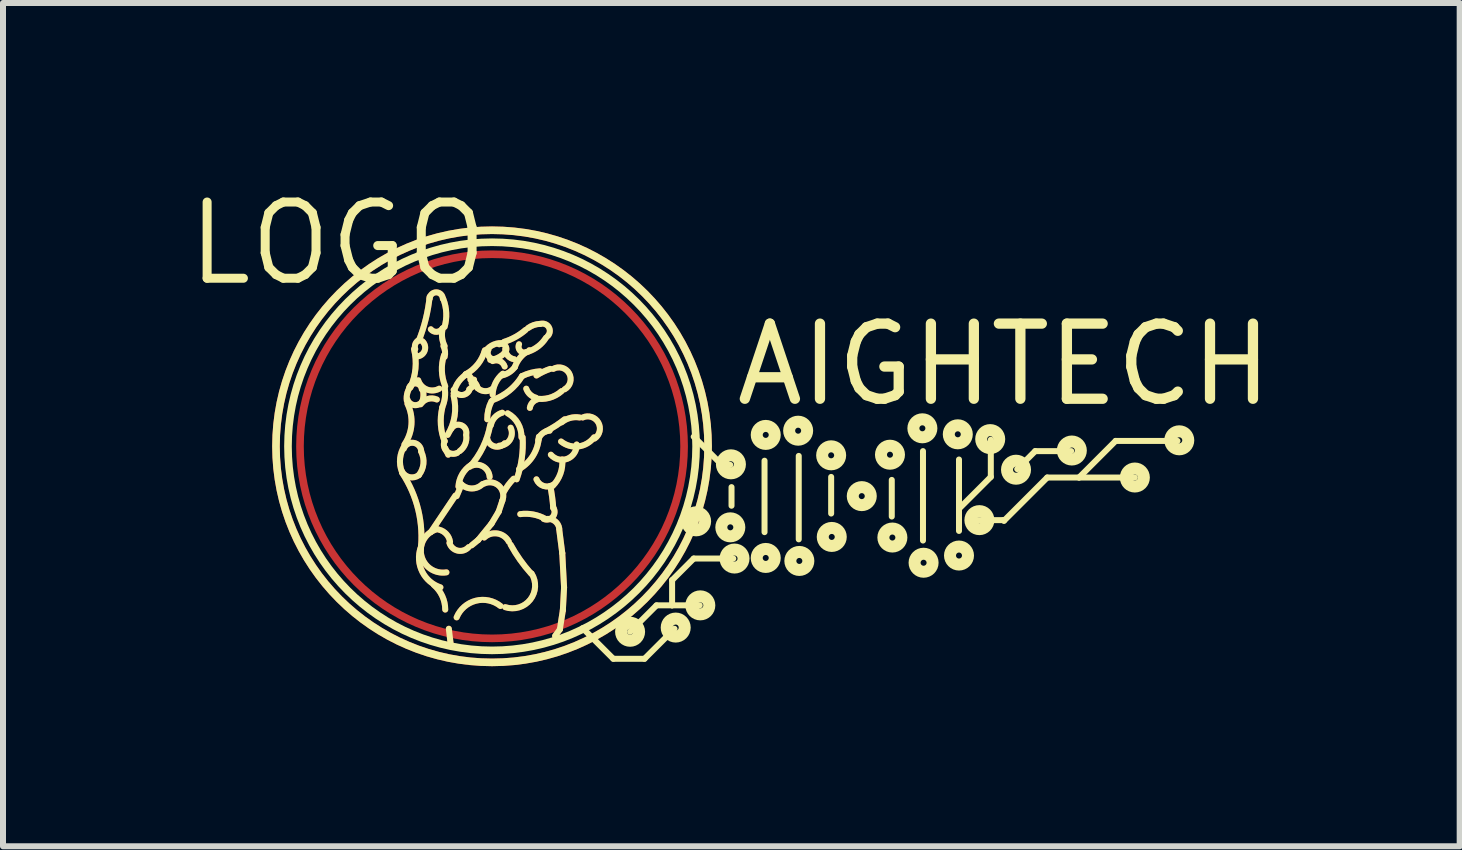
<source format=kicad_pcb>
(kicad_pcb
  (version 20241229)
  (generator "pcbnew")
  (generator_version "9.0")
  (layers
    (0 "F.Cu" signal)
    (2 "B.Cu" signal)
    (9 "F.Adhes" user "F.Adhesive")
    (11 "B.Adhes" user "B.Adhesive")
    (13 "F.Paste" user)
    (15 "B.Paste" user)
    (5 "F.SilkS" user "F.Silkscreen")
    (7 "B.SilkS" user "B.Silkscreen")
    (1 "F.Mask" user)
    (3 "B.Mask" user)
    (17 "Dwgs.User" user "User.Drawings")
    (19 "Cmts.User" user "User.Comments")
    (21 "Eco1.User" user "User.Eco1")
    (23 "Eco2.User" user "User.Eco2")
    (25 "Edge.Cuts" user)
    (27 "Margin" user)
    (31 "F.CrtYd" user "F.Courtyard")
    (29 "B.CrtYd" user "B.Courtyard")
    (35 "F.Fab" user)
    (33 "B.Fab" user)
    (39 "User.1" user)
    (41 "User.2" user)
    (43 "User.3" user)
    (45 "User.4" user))
  (footprint "LOGO"
    (layer "F.Cu")
    (at 2.578 1.006)
    (property "Reference" "LOGO" (at 0 0 0) (layer "F.SilkS") (effects (font (size 1.27 1.27) (thickness 0.15))))
    (fp_line (start 1.79 3.41) (end 1.84 3.52) (stroke (width 0.1) (type solid)) (layer "F.Cu"))
    (fp_line (start 1.85 6.42) (end 1.88 6.67) (stroke (width 0.1) (type solid)) (layer "F.Cu"))
    (fp_line (start 1.96 4.2) (end 1.55 4.81) (stroke (width 0.1) (type solid)) (layer "F.Cu"))
    (fp_line (start 1.98 4.21) (end 2.06 4.02) (stroke (width 0.1) (type solid)) (layer "F.Cu"))
    (fp_line (start 2.19 2.43) (end 2.28 2.36) (stroke (width 0.1) (type solid)) (layer "F.Cu"))
    (fp_line (start 2.34 4.94) (end 2.23 5.03) (stroke (width 0.1) (type solid)) (layer "F.Cu"))
    (fp_line (start 2.56 4.67) (end 2.34 4.94) (stroke (width 0.1) (type solid)) (layer "F.Cu"))
    (fp_line (start 2.68 4.47) (end 2.56 4.67) (stroke (width 0.1) (type solid)) (layer "F.Cu"))
    (fp_line (start 2.74 4.29) (end 2.68 4.47) (stroke (width 0.1) (type solid)) (layer "F.Cu"))
    (fp_line (start 3.69 4.77) (end 3.74 5.16) (stroke (width 0.1) (type solid)) (layer "F.Cu"))
    (fp_line (start 3.7 6.43) (end 3.62 6.54) (stroke (width 0.1) (type solid)) (layer "F.Cu"))
    (fp_line (start 3.74 5.16) (end 3.77 5.73) (stroke (width 0.1) (type solid)) (layer "F.Cu"))
    (fp_line (start 3.75 6.11) (end 3.7 6.43) (stroke (width 0.1) (type solid)) (layer "F.Cu"))
    (fp_line (start 3.77 5.73) (end 3.75 6.11) (stroke (width 0.1) (type solid)) (layer "F.Cu"))
    (fp_arc (start 1.07 3.81) (mid 1.038448 3.578717) (end 1.119999 3.36) (stroke (width 0.1) (type solid)) (layer "F.Cu"))
    (fp_arc (start 1.07 3.82) (mid 1.341482 4.442223) (end 1.379999 5.119999) (stroke (width 0.1) (type solid)) (layer "F.Cu"))
    (fp_arc (start 1.1 3.42) (mid 1.261271 3.322023) (end 1.389998 3.459999) (stroke (width 0.1) (type solid)) (layer "F.Cu"))
    (fp_arc (start 1.15 2.62) (mid 1.161684 2.481288) (end 1.229999 2.36) (stroke (width 0.1) (type solid)) (layer "F.Cu"))
    (fp_arc (start 1.16 2.67) (mid 1.227334 3.01679) (end 1.109999 3.35) (stroke (width 0.1) (type solid)) (layer "F.Cu"))
    (fp_arc (start 1.19 2.4) (mid 1.306825 2.332222) (end 1.399999 2.43) (stroke (width 0.1) (type solid)) (layer "F.Cu"))
    (fp_arc (start 1.27 1.76) (mid 1.294319 2.085092) (end 1.21 2.4) (stroke (width 0.1) (type solid)) (layer "F.Cu"))
    (fp_arc (start 1.29 1.76) (mid 1.292767 1.674107) (end 1.35 1.61) (stroke (width 0.1) (type solid)) (layer "F.Cu"))
    (fp_arc (start 1.35 3.86) (mid 1.19619 3.894441) (end 1.069999 3.799999) (stroke (width 0.1) (type solid)) (layer "F.Cu"))
    (fp_arc (start 1.38 2.68) (mid 1.500334 2.590505) (end 1.649999 2.6) (stroke (width 0.1) (type solid)) (layer "F.Cu"))
    (fp_arc (start 1.39 3.47) (mid 1.426944 3.67084) (end 1.35 3.86) (stroke (width 0.1) (type solid)) (layer "F.Cu"))
    (fp_arc (start 1.41 1.63) (mid 1.450633 1.776177) (end 1.339999 1.879999) (stroke (width 0.1) (type solid)) (layer "F.Cu"))
    (fp_arc (start 1.41 2.42) (mid 1.426976 2.535955) (end 1.4 2.65) (stroke (width 0.1) (type solid)) (layer "F.Cu"))
    (fp_arc (start 1.41 2.63) (mid 1.275544 2.693794) (end 1.159999 2.599999) (stroke (width 0.1) (type solid)) (layer "F.Cu"))
    (fp_arc (start 1.53 0.89) (mid 1.465249 1.261226) (end 1.35 1.62) (stroke (width 0.1) (type solid)) (layer "F.Cu"))
    (fp_arc (start 1.53 0.92) (mid 1.639999 0.814885) (end 1.75 0.919998) (stroke (width 0.1) (type solid)) (layer "F.Cu"))
    (fp_arc (start 1.6 5.69) (mid 1.740163 5.874071) (end 1.789999 6.1) (stroke (width 0.1) (type solid)) (layer "F.Cu"))
    (fp_arc (start 1.69 2.42) (mid 1.481945 2.432636) (end 1.339998 2.28) (stroke (width 0.1) (type solid)) (layer "F.Cu"))
    (fp_arc (start 1.69 4.77) (mid 1.809815 4.843166) (end 1.869999 4.97) (stroke (width 0.1) (type solid)) (layer "F.Cu"))
    (fp_arc (start 1.71 5.73) (mid 1.40713 5.468934) (end 1.379999 5.069999) (stroke (width 0.1) (type solid)) (layer "F.Cu"))
    (fp_arc (start 1.74 1.42) (mid 1.647524 1.472973) (end 1.549999 1.43) (stroke (width 0.1) (type solid)) (layer "F.Cu"))
    (fp_arc (start 1.76 0.93) (mid 1.807079 1.158388) (end 1.78 1.39) (stroke (width 0.1) (type solid)) (layer "F.Cu"))
    (fp_arc (start 1.76 1.71) (mid 1.786652 1.79815) (end 1.78 1.89) (stroke (width 0.1) (type solid)) (layer "F.Cu"))
    (fp_arc (start 1.78 1.71) (mid 1.737481 1.562752) (end 1.749999 1.41) (stroke (width 0.1) (type solid)) (layer "F.Cu"))
    (fp_arc (start 1.78 2.4) (mid 1.784435 2.567962) (end 1.74 2.73) (stroke (width 0.1) (type solid)) (layer "F.Cu"))
    (fp_arc (start 1.78 3.3) (mid 1.717437 3.02304) (end 1.739999 2.74) (stroke (width 0.1) (type solid)) (layer "F.Cu"))
    (fp_arc (start 1.79 2.38) (mid 1.734181 2.121762) (end 1.77 1.86) (stroke (width 0.1) (type solid)) (layer "F.Cu"))
    (fp_arc (start 1.81 5.48) (mid 1.390045 5.191865) (end 1.659998 4.759998) (stroke (width 0.1) (type solid)) (layer "F.Cu"))
    (fp_arc (start 1.89 3.09) (mid 2.053583 3.027822) (end 2.139998 3.179999) (stroke (width 0.1) (type solid)) (layer "F.Cu"))
    (fp_arc (start 1.93 2.5) (mid 2.01521 2.300743) (end 2.18 2.160001) (stroke (width 0.1) (type solid)) (layer "F.Cu"))
    (fp_arc (start 1.93 2.54) (mid 1.946146 2.875176) (end 1.829999 3.19) (stroke (width 0.1) (type solid)) (layer "F.Cu"))
    (fp_arc (start 1.98 6.23) (mid 2.297717 5.953336) (end 2.709999 6.04) (stroke (width 0.1) (type solid)) (layer "F.Cu"))
    (fp_arc (start 1.99 3.49) (mid 1.815132 3.463361) (end 1.779998 3.289999) (stroke (width 0.1) (type solid)) (layer "F.Cu"))
    (fp_arc (start 2.01 4.05) (mid 2.072508 3.845213) (end 2.22 3.69) (stroke (width 0.1) (type solid)) (layer "F.Cu"))
    (fp_arc (start 2.13 2.18) (mid 2.212834 2.233111) (end 2.229999 2.33) (stroke (width 0.1) (type solid)) (layer "F.Cu"))
    (fp_arc (start 2.14 3.2) (mid 2.121033 3.345245) (end 2.029999 3.460001) (stroke (width 0.1) (type solid)) (layer "F.Cu"))
    (fp_arc (start 2.18 5.06) (mid 1.999537 5.118543) (end 1.859998 4.99) (stroke (width 0.1) (type solid)) (layer "F.Cu"))
    (fp_arc (start 2.19 2.45) (mid 2.056911 2.525281) (end 1.929999 2.439999) (stroke (width 0.1) (type solid)) (layer "F.Cu"))
    (fp_arc (start 2.21 2.27) (mid 2.288441 2.324193) (end 2.329999 2.41) (stroke (width 0.1) (type solid)) (layer "F.Cu"))
    (fp_arc (start 2.24 3.7) (mid 2.432418 3.722624) (end 2.529998 3.89) (stroke (width 0.1) (type solid)) (layer "F.Cu"))
    (fp_arc (start 2.41 4.01) (mid 2.213153 4.081718) (end 2.029999 3.979999) (stroke (width 0.1) (type solid)) (layer "F.Cu"))
    (fp_arc (start 2.44 1.83) (mid 2.560782 1.703688) (end 2.729999 1.66) (stroke (width 0.1) (type solid)) (layer "F.Cu"))
    (fp_arc (start 2.44 4) (mid 2.689082 4.042501) (end 2.739998 4.29) (stroke (width 0.1) (type solid)) (layer "F.Cu"))
    (fp_arc (start 2.44 4.9) (mid 2.66243 4.832903) (end 2.849999 4.969999) (stroke (width 0.1) (type solid)) (layer "F.Cu"))
    (fp_arc (start 2.45 1.78) (mid 2.331768 2.013415) (end 2.129999 2.18) (stroke (width 0.1) (type solid)) (layer "F.Cu"))
    (fp_arc (start 2.49 2.93) (mid 2.506845 2.775764) (end 2.56 2.63) (stroke (width 0.1) (type solid)) (layer "F.Cu"))
    (fp_arc (start 2.54 3.02) (mid 2.418482 3.393549) (end 2.2 3.72) (stroke (width 0.1) (type solid)) (layer "F.Cu"))
    (fp_arc (start 2.55 3.03) (mid 2.61568 2.898473) (end 2.739999 2.82) (stroke (width 0.1) (type solid)) (layer "F.Cu"))
    (fp_arc (start 2.58 1.96) (mid 2.700068 1.960402) (end 2.779998 2.05) (stroke (width 0.1) (type solid)) (layer "F.Cu"))
    (fp_arc (start 2.58 2.42) (mid 2.377833 2.442477) (end 2.269998 2.27) (stroke (width 0.1) (type solid)) (layer "F.Cu"))
    (fp_arc (start 2.58 2.52) (mid 2.6272 2.32664) (end 2.749999 2.17) (stroke (width 0.1) (type solid)) (layer "F.Cu"))
    (fp_arc (start 2.6 1.93) (mid 2.511039 1.874728) (end 2.509998 1.769999) (stroke (width 0.1) (type solid)) (layer "F.Cu"))
    (fp_arc (start 2.69 1.68) (mid 2.799264 1.718059) (end 2.769999 1.83) (stroke (width 0.1) (type solid)) (layer "F.Cu"))
    (fp_arc (start 2.74 1.86) (mid 2.645878 1.914696) (end 2.54 1.94) (stroke (width 0.1) (type solid)) (layer "F.Cu"))
    (fp_arc (start 2.76 4.15) (mid 2.836875 4.028995) (end 2.93 3.92) (stroke (width 0.1) (type solid)) (layer "F.Cu"))
    (fp_arc (start 2.78 3.33) (mid 2.60992 3.380912) (end 2.489999 3.25) (stroke (width 0.1) (type solid)) (layer "F.Cu"))
    (fp_arc (start 2.83 2.83) (mid 3.001407 2.997566) (end 3.059999 3.23) (stroke (width 0.1) (type solid)) (layer "F.Cu"))
    (fp_arc (start 2.88 3.07) (mid 2.867588 3.272306) (end 2.69 3.37) (stroke (width 0.1) (type solid)) (layer "F.Cu"))
    (fp_arc (start 2.94 1.93) (mid 2.834615 1.87181) (end 2.789999 1.76) (stroke (width 0.1) (type solid)) (layer "F.Cu"))
    (fp_arc (start 2.95 2.06) (mid 2.852676 2.149919) (end 2.73 2.2) (stroke (width 0.1) (type solid)) (layer "F.Cu"))
    (fp_arc (start 2.95 2.06) (mid 3.024964 1.919773) (end 3.139999 1.81) (stroke (width 0.1) (type solid)) (layer "F.Cu"))
    (fp_arc (start 3.04 4.51) (mid 3.256491 4.515922) (end 3.459999 4.59) (stroke (width 0.1) (type solid)) (layer "F.Cu"))
    (fp_arc (start 3.07 2.21) (mid 2.859182 2.451873) (end 2.58 2.61) (stroke (width 0.1) (type solid)) (layer "F.Cu"))
    (fp_arc (start 3.07 2.21) (mid 3.216129 2.155483) (end 3.37 2.13) (stroke (width 0.1) (type solid)) (layer "F.Cu"))
    (fp_arc (start 3.08 3.23) (mid 3.065167 3.585024) (end 2.98 3.93) (stroke (width 0.1) (type solid)) (layer "F.Cu"))
    (fp_arc (start 3.13 1.44) (mid 2.960209 1.558375) (end 2.77 1.64) (stroke (width 0.1) (type solid)) (layer "F.Cu"))
    (fp_arc (start 3.17 1.41) (mid 3.264743 1.359981) (end 3.37 1.34) (stroke (width 0.1) (type solid)) (layer "F.Cu"))
    (fp_arc (start 3.19 1.78) (mid 3.060336 1.805928) (end 3.019998 1.68) (stroke (width 0.1) (type solid)) (layer "F.Cu"))
    (fp_arc (start 3.2 2.74) (mid 3.240114 2.652955) (end 3.32 2.6) (stroke (width 0.1) (type solid)) (layer "F.Cu"))
    (fp_arc (start 3.22 5.5) (mid 3.03599 5.269924) (end 2.88 5.02) (stroke (width 0.1) (type solid)) (layer "F.Cu"))
    (fp_arc (start 3.23 5.5) (mid 3.20686 5.934676) (end 2.789999 6.059999) (stroke (width 0.1) (type solid)) (layer "F.Cu"))
    (fp_arc (start 3.3 2.57) (mid 3.201491 2.514744) (end 3.14 2.420001) (stroke (width 0.1) (type solid)) (layer "F.Cu"))
    (fp_arc (start 3.31 2.2) (mid 3.421677 2.138052) (end 3.54 2.09) (stroke (width 0.1) (type solid)) (layer "F.Cu"))
    (fp_arc (start 3.34 3.28) (mid 3.407521 3.167369) (end 3.53 3.12) (stroke (width 0.1) (type solid)) (layer "F.Cu"))
    (fp_arc (start 3.35 3.22) (mid 3.254886 3.532709) (end 3.019999 3.76) (stroke (width 0.1) (type solid)) (layer "F.Cu"))
    (fp_arc (start 3.38 1.34) (mid 3.515343 1.394793) (end 3.499999 1.539999) (stroke (width 0.1) (type solid)) (layer "F.Cu"))
    (fp_arc (start 3.47 1.57) (mid 3.344601 1.709715) (end 3.179999 1.8) (stroke (width 0.1) (type solid)) (layer "F.Cu"))
    (fp_arc (start 3.49 4.59) (mid 3.621892 4.630135) (end 3.689999 4.75) (stroke (width 0.1) (type solid)) (layer "F.Cu"))
    (fp_arc (start 3.54 4.04) (mid 3.571179 4.224165) (end 3.59 4.41) (stroke (width 0.1) (type solid)) (layer "F.Cu"))
    (fp_arc (start 3.59 2.09) (mid 3.855 2.165) (end 3.78 2.43) (stroke (width 0.1) (type solid)) (layer "F.Cu"))
    (fp_arc (start 3.59 4.02) (mid 3.428835 4.040845) (end 3.31 3.93) (stroke (width 0.1) (type solid)) (layer "F.Cu"))
    (fp_arc (start 3.59 4.4) (mid 3.581791 4.555456) (end 3.429999 4.59) (stroke (width 0.1) (type solid)) (layer "F.Cu"))
    (fp_arc (start 3.73 2.46) (mid 3.519331 2.573744) (end 3.279999 2.58) (stroke (width 0.1) (type solid)) (layer "F.Cu"))
    (fp_arc (start 3.73 2.98) (mid 3.871318 2.907443) (end 4.029999 2.9) (stroke (width 0.1) (type solid)) (layer "F.Cu"))
    (fp_arc (start 3.74 3.6) (mid 3.708405 3.837602) (end 3.579999 4.04) (stroke (width 0.1) (type solid)) (layer "F.Cu"))
    (fp_arc (start 3.78 2.93) (mid 3.630206 3.038069) (end 3.47 3.13) (stroke (width 0.1) (type solid)) (layer "F.Cu"))
    (fp_arc (start 3.98 3.35) (mid 3.82534 3.587626) (end 3.549999 3.519999) (stroke (width 0.1) (type solid)) (layer "F.Cu"))
    (fp_arc (start 4.08 2.9) (mid 4.340079 2.983526) (end 4.28 3.249999) (stroke (width 0.1) (type solid)) (layer "F.Cu"))
    (fp_arc (start 4.27 3.23) (mid 4.009872 3.381853) (end 3.719999 3.299999) (stroke (width 0.1) (type solid)) (layer "F.Cu"))
    (fp_circle (center 2.57 3.38) (end 5.77 3.38) (stroke (width 0.127) (type solid)) (fill no) (layer "F.Cu"))
    (fp_circle (center 2.57 3.38) (end 6.17 3.38) (stroke (width 0.127) (type solid)) (fill no) (layer "F.Cu"))
    (fp_line (start 1.79 3.41) (end 1.84 3.52) (stroke (width 0.1) (type solid)) (layer "F.SilkS"))
    (fp_line (start 1.85 6.42) (end 1.88 6.67) (stroke (width 0.1) (type solid)) (layer "F.SilkS"))
    (fp_line (start 1.96 4.2) (end 1.55 4.81) (stroke (width 0.1) (type solid)) (layer "F.SilkS"))
    (fp_line (start 1.98 4.21) (end 2.06 4.02) (stroke (width 0.1) (type solid)) (layer "F.SilkS"))
    (fp_line (start 2.19 2.43) (end 2.28 2.36) (stroke (width 0.1) (type solid)) (layer "F.SilkS"))
    (fp_line (start 2.34 4.94) (end 2.23 5.03) (stroke (width 0.1) (type solid)) (layer "F.SilkS"))
    (fp_line (start 2.56 4.67) (end 2.34 4.94) (stroke (width 0.1) (type solid)) (layer "F.SilkS"))
    (fp_line (start 2.68 4.47) (end 2.56 4.67) (stroke (width 0.1) (type solid)) (layer "F.SilkS"))
    (fp_line (start 2.74 4.29) (end 2.68 4.47) (stroke (width 0.1) (type solid)) (layer "F.SilkS"))
    (fp_line (start 3.69 4.77) (end 3.74 5.16) (stroke (width 0.1) (type solid)) (layer "F.SilkS"))
    (fp_line (start 3.7 6.43) (end 3.62 6.54) (stroke (width 0.1) (type solid)) (layer "F.SilkS"))
    (fp_line (start 3.74 5.16) (end 3.77 5.73) (stroke (width 0.1) (type solid)) (layer "F.SilkS"))
    (fp_line (start 3.75 6.11) (end 3.7 6.43) (stroke (width 0.1) (type solid)) (layer "F.SilkS"))
    (fp_line (start 3.77 5.73) (end 3.75 6.11) (stroke (width 0.1) (type solid)) (layer "F.SilkS"))
    (fp_line (start 4.08 6.41) (end 4.59 6.92) (stroke (width 0.1) (type solid)) (layer "F.SilkS"))
    (fp_line (start 4.59 6.92) (end 5.11 6.92) (stroke (width 0.1) (type solid)) (layer "F.SilkS"))
    (fp_line (start 4.87 6.47) (end 5.31 6.03) (stroke (width 0.1) (type solid)) (layer "F.SilkS"))
    (fp_line (start 5.11 6.92) (end 5.61 6.42) (stroke (width 0.1) (type solid)) (layer "F.SilkS"))
    (fp_line (start 5.31 6.03) (end 5.57 6.03) (stroke (width 0.1) (type solid)) (layer "F.SilkS"))
    (fp_line (start 5.57 5.61) (end 5.93 5.25) (stroke (width 0.1) (type solid)) (layer "F.SilkS"))
    (fp_line (start 5.57 6.03) (end 5.57 5.61) (stroke (width 0.1) (type solid)) (layer "F.SilkS"))
    (fp_line (start 5.57 6.03) (end 6.03 6.03) (stroke (width 0.1) (type solid)) (layer "F.SilkS"))
    (fp_line (start 5.93 5.25) (end 6.59 5.25) (stroke (width 0.1) (type solid)) (layer "F.SilkS"))
    (fp_line (start 5.96 4.64) (end 5.72 4.64) (stroke (width 0.1) (type solid)) (layer "F.SilkS"))
    (fp_line (start 6.4 3.69) (end 5.93 3.22) (stroke (width 0.1) (type solid)) (layer "F.SilkS"))
    (fp_line (start 6.54 3.69) (end 6.4 3.69) (stroke (width 0.1) (type solid)) (layer "F.SilkS"))
    (fp_line (start 6.56 4.06) (end 6.56 4.37) (stroke (width 0.1) (type solid)) (layer "F.SilkS"))
    (fp_line (start 7.11 3.62) (end 7.11 4.81) (stroke (width 0.1) (type solid)) (layer "F.SilkS"))
    (fp_line (start 7.68 3.54) (end 7.68 4.93) (stroke (width 0.1) (type solid)) (layer "F.SilkS"))
    (fp_line (start 8.22 3.89) (end 8.22 4.5) (stroke (width 0.1) (type solid)) (layer "F.SilkS"))
    (fp_line (start 9.23 3.94) (end 9.23 4.55) (stroke (width 0.1) (type solid)) (layer "F.SilkS"))
    (fp_line (start 9.75 3.46) (end 9.75 4.95) (stroke (width 0.1) (type solid)) (layer "F.SilkS"))
    (fp_line (start 10.35 3.6) (end 10.35 4.42) (stroke (width 0.1) (type solid)) (layer "F.SilkS"))
    (fp_line (start 10.35 4.42) (end 10.35 4.79) (stroke (width 0.1) (type solid)) (layer "F.SilkS"))
    (fp_line (start 10.35 4.42) (end 10.88 3.89) (stroke (width 0.1) (type solid)) (layer "F.SilkS"))
    (fp_line (start 10.66 4.61) (end 11.09 4.61) (stroke (width 0.1) (type solid)) (layer "F.SilkS"))
    (fp_line (start 10.88 3.89) (end 10.88 3.27) (stroke (width 0.1) (type solid)) (layer "F.SilkS"))
    (fp_line (start 11.09 4.61) (end 11.1 4.62) (stroke (width 0.1) (type solid)) (layer "F.SilkS"))
    (fp_line (start 11.1 4.62) (end 11.82 3.9) (stroke (width 0.1) (type solid)) (layer "F.SilkS"))
    (fp_line (start 11.32 3.76) (end 11.62 3.46) (stroke (width 0.1) (type solid)) (layer "F.SilkS"))
    (fp_line (start 11.62 3.46) (end 12.22 3.46) (stroke (width 0.1) (type solid)) (layer "F.SilkS"))
    (fp_line (start 11.82 3.9) (end 12.35 3.9) (stroke (width 0.1) (type solid)) (layer "F.SilkS"))
    (fp_line (start 12.35 3.9) (end 12.96 3.29) (stroke (width 0.1) (type solid)) (layer "F.SilkS"))
    (fp_line (start 12.35 3.9) (end 13.28 3.9) (stroke (width 0.1) (type solid)) (layer "F.SilkS"))
    (fp_line (start 12.96 3.29) (end 13.99 3.29) (stroke (width 0.1) (type solid)) (layer "F.SilkS"))
    (fp_arc (start 1.07 3.81) (mid 1.038448 3.578717) (end 1.119999 3.36) (stroke (width 0.1) (type solid)) (layer "F.SilkS"))
    (fp_arc (start 1.07 3.82) (mid 1.341482 4.442223) (end 1.379999 5.119999) (stroke (width 0.1) (type solid)) (layer "F.SilkS"))
    (fp_arc (start 1.1 3.42) (mid 1.261271 3.322023) (end 1.389998 3.459999) (stroke (width 0.1) (type solid)) (layer "F.SilkS"))
    (fp_arc (start 1.15 2.62) (mid 1.161684 2.481288) (end 1.229999 2.36) (stroke (width 0.1) (type solid)) (layer "F.SilkS"))
    (fp_arc (start 1.16 2.67) (mid 1.227334 3.01679) (end 1.109999 3.35) (stroke (width 0.1) (type solid)) (layer "F.SilkS"))
    (fp_arc (start 1.19 2.4) (mid 1.306825 2.332222) (end 1.399999 2.43) (stroke (width 0.1) (type solid)) (layer "F.SilkS"))
    (fp_arc (start 1.27 1.76) (mid 1.294319 2.085092) (end 1.21 2.4) (stroke (width 0.1) (type solid)) (layer "F.SilkS"))
    (fp_arc (start 1.29 1.76) (mid 1.292767 1.674107) (end 1.35 1.61) (stroke (width 0.1) (type solid)) (layer "F.SilkS"))
    (fp_arc (start 1.35 3.86) (mid 1.19619 3.894441) (end 1.069999 3.799999) (stroke (width 0.1) (type solid)) (layer "F.SilkS"))
    (fp_arc (start 1.38 2.68) (mid 1.500334 2.590505) (end 1.649999 2.6) (stroke (width 0.1) (type solid)) (layer "F.SilkS"))
    (fp_arc (start 1.39 3.47) (mid 1.426944 3.67084) (end 1.35 3.86) (stroke (width 0.1) (type solid)) (layer "F.SilkS"))
    (fp_arc (start 1.41 1.63) (mid 1.450633 1.776177) (end 1.339999 1.879999) (stroke (width 0.1) (type solid)) (layer "F.SilkS"))
    (fp_arc (start 1.41 2.42) (mid 1.426976 2.535955) (end 1.4 2.65) (stroke (width 0.1) (type solid)) (layer "F.SilkS"))
    (fp_arc (start 1.41 2.63) (mid 1.275544 2.693794) (end 1.159999 2.599999) (stroke (width 0.1) (type solid)) (layer "F.SilkS"))
    (fp_arc (start 1.53 0.89) (mid 1.465249 1.261226) (end 1.35 1.62) (stroke (width 0.1) (type solid)) (layer "F.SilkS"))
    (fp_arc (start 1.53 0.92) (mid 1.639999 0.814885) (end 1.75 0.919998) (stroke (width 0.1) (type solid)) (layer "F.SilkS"))
    (fp_arc (start 1.6 5.69) (mid 1.740163 5.874071) (end 1.789999 6.1) (stroke (width 0.1) (type solid)) (layer "F.SilkS"))
    (fp_arc (start 1.69 2.42) (mid 1.481945 2.432636) (end 1.339998 2.28) (stroke (width 0.1) (type solid)) (layer "F.SilkS"))
    (fp_arc (start 1.69 4.77) (mid 1.809815 4.843166) (end 1.869999 4.97) (stroke (width 0.1) (type solid)) (layer "F.SilkS"))
    (fp_arc (start 1.71 5.73) (mid 1.40713 5.468934) (end 1.379999 5.069999) (stroke (width 0.1) (type solid)) (layer "F.SilkS"))
    (fp_arc (start 1.74 1.42) (mid 1.647524 1.472973) (end 1.549999 1.43) (stroke (width 0.1) (type solid)) (layer "F.SilkS"))
    (fp_arc (start 1.76 0.93) (mid 1.807079 1.158388) (end 1.78 1.39) (stroke (width 0.1) (type solid)) (layer "F.SilkS"))
    (fp_arc (start 1.76 1.71) (mid 1.786652 1.79815) (end 1.78 1.89) (stroke (width 0.1) (type solid)) (layer "F.SilkS"))
    (fp_arc (start 1.78 1.71) (mid 1.737481 1.562752) (end 1.749999 1.41) (stroke (width 0.1) (type solid)) (layer "F.SilkS"))
    (fp_arc (start 1.78 2.4) (mid 1.784435 2.567962) (end 1.74 2.73) (stroke (width 0.1) (type solid)) (layer "F.SilkS"))
    (fp_arc (start 1.78 3.3) (mid 1.717437 3.02304) (end 1.739999 2.74) (stroke (width 0.1) (type solid)) (layer "F.SilkS"))
    (fp_arc (start 1.79 2.38) (mid 1.734181 2.121762) (end 1.77 1.86) (stroke (width 0.1) (type solid)) (layer "F.SilkS"))
    (fp_arc (start 1.81 5.48) (mid 1.390045 5.191865) (end 1.659998 4.759998) (stroke (width 0.1) (type solid)) (layer "F.SilkS"))
    (fp_arc (start 1.89 3.09) (mid 2.053583 3.027822) (end 2.139998 3.179999) (stroke (width 0.1) (type solid)) (layer "F.SilkS"))
    (fp_arc (start 1.93 2.5) (mid 2.01521 2.300743) (end 2.18 2.160001) (stroke (width 0.1) (type solid)) (layer "F.SilkS"))
    (fp_arc (start 1.93 2.54) (mid 1.946146 2.875176) (end 1.829999 3.19) (stroke (width 0.1) (type solid)) (layer "F.SilkS"))
    (fp_arc (start 1.98 6.23) (mid 2.297717 5.953336) (end 2.709999 6.04) (stroke (width 0.1) (type solid)) (layer "F.SilkS"))
    (fp_arc (start 1.99 3.49) (mid 1.815132 3.463361) (end 1.779998 3.289999) (stroke (width 0.1) (type solid)) (layer "F.SilkS"))
    (fp_arc (start 2.01 4.05) (mid 2.072508 3.845213) (end 2.22 3.69) (stroke (width 0.1) (type solid)) (layer "F.SilkS"))
    (fp_arc (start 2.13 2.18) (mid 2.212834 2.233111) (end 2.229999 2.33) (stroke (width 0.1) (type solid)) (layer "F.SilkS"))
    (fp_arc (start 2.14 3.2) (mid 2.121033 3.345245) (end 2.029999 3.460001) (stroke (width 0.1) (type solid)) (layer "F.SilkS"))
    (fp_arc (start 2.18 5.06) (mid 1.999537 5.118543) (end 1.859998 4.99) (stroke (width 0.1) (type solid)) (layer "F.SilkS"))
    (fp_arc (start 2.19 2.45) (mid 2.056911 2.525281) (end 1.929999 2.439999) (stroke (width 0.1) (type solid)) (layer "F.SilkS"))
    (fp_arc (start 2.21 2.27) (mid 2.288441 2.324193) (end 2.329999 2.41) (stroke (width 0.1) (type solid)) (layer "F.SilkS"))
    (fp_arc (start 2.24 3.7) (mid 2.432418 3.722624) (end 2.529998 3.89) (stroke (width 0.1) (type solid)) (layer "F.SilkS"))
    (fp_arc (start 2.41 4.01) (mid 2.213153 4.081718) (end 2.029999 3.979999) (stroke (width 0.1) (type solid)) (layer "F.SilkS"))
    (fp_arc (start 2.44 1.83) (mid 2.560782 1.703688) (end 2.729999 1.66) (stroke (width 0.1) (type solid)) (layer "F.SilkS"))
    (fp_arc (start 2.44 4) (mid 2.689082 4.042501) (end 2.739998 4.29) (stroke (width 0.1) (type solid)) (layer "F.SilkS"))
    (fp_arc (start 2.44 4.9) (mid 2.66243 4.832903) (end 2.849999 4.969999) (stroke (width 0.1) (type solid)) (layer "F.SilkS"))
    (fp_arc (start 2.45 1.78) (mid 2.331768 2.013415) (end 2.129999 2.18) (stroke (width 0.1) (type solid)) (layer "F.SilkS"))
    (fp_arc (start 2.49 2.93) (mid 2.506845 2.775764) (end 2.56 2.63) (stroke (width 0.1) (type solid)) (layer "F.SilkS"))
    (fp_arc (start 2.54 3.02) (mid 2.418482 3.393549) (end 2.2 3.72) (stroke (width 0.1) (type solid)) (layer "F.SilkS"))
    (fp_arc (start 2.55 3.03) (mid 2.61568 2.898473) (end 2.739999 2.82) (stroke (width 0.1) (type solid)) (layer "F.SilkS"))
    (fp_arc (start 2.58 1.96) (mid 2.700068 1.960402) (end 2.779998 2.05) (stroke (width 0.1) (type solid)) (layer "F.SilkS"))
    (fp_arc (start 2.58 2.42) (mid 2.377833 2.442477) (end 2.269998 2.27) (stroke (width 0.1) (type solid)) (layer "F.SilkS"))
    (fp_arc (start 2.58 2.52) (mid 2.6272 2.32664) (end 2.749999 2.17) (stroke (width 0.1) (type solid)) (layer "F.SilkS"))
    (fp_arc (start 2.6 1.93) (mid 2.511039 1.874728) (end 2.509998 1.769999) (stroke (width 0.1) (type solid)) (layer "F.SilkS"))
    (fp_arc (start 2.69 1.68) (mid 2.799264 1.718059) (end 2.769999 1.83) (stroke (width 0.1) (type solid)) (layer "F.SilkS"))
    (fp_arc (start 2.74 1.86) (mid 2.645878 1.914696) (end 2.54 1.94) (stroke (width 0.1) (type solid)) (layer "F.SilkS"))
    (fp_arc (start 2.76 4.15) (mid 2.836875 4.028995) (end 2.93 3.92) (stroke (width 0.1) (type solid)) (layer "F.SilkS"))
    (fp_arc (start 2.78 3.33) (mid 2.60992 3.380912) (end 2.489999 3.25) (stroke (width 0.1) (type solid)) (layer "F.SilkS"))
    (fp_arc (start 2.83 2.83) (mid 3.001407 2.997566) (end 3.059999 3.23) (stroke (width 0.1) (type solid)) (layer "F.SilkS"))
    (fp_arc (start 2.88 3.07) (mid 2.867588 3.272306) (end 2.69 3.37) (stroke (width 0.1) (type solid)) (layer "F.SilkS"))
    (fp_arc (start 2.94 1.93) (mid 2.834615 1.87181) (end 2.789999 1.76) (stroke (width 0.1) (type solid)) (layer "F.SilkS"))
    (fp_arc (start 2.95 2.06) (mid 2.852676 2.149919) (end 2.73 2.2) (stroke (width 0.1) (type solid)) (layer "F.SilkS"))
    (fp_arc (start 2.95 2.06) (mid 3.024964 1.919773) (end 3.139999 1.81) (stroke (width 0.1) (type solid)) (layer "F.SilkS"))
    (fp_arc (start 3.04 4.51) (mid 3.256491 4.515922) (end 3.459999 4.59) (stroke (width 0.1) (type solid)) (layer "F.SilkS"))
    (fp_arc (start 3.07 2.21) (mid 2.859182 2.451873) (end 2.58 2.61) (stroke (width 0.1) (type solid)) (layer "F.SilkS"))
    (fp_arc (start 3.07 2.21) (mid 3.216129 2.155483) (end 3.37 2.13) (stroke (width 0.1) (type solid)) (layer "F.SilkS"))
    (fp_arc (start 3.08 3.23) (mid 3.065167 3.585024) (end 2.98 3.93) (stroke (width 0.1) (type solid)) (layer "F.SilkS"))
    (fp_arc (start 3.13 1.44) (mid 2.960209 1.558375) (end 2.77 1.64) (stroke (width 0.1) (type solid)) (layer "F.SilkS"))
    (fp_arc (start 3.17 1.41) (mid 3.264743 1.359981) (end 3.37 1.34) (stroke (width 0.1) (type solid)) (layer "F.SilkS"))
    (fp_arc (start 3.19 1.78) (mid 3.060336 1.805928) (end 3.019998 1.68) (stroke (width 0.1) (type solid)) (layer "F.SilkS"))
    (fp_arc (start 3.2 2.74) (mid 3.240114 2.652955) (end 3.32 2.6) (stroke (width 0.1) (type solid)) (layer "F.SilkS"))
    (fp_arc (start 3.22 5.5) (mid 3.03599 5.269924) (end 2.88 5.02) (stroke (width 0.1) (type solid)) (layer "F.SilkS"))
    (fp_arc (start 3.23 5.5) (mid 3.20686 5.934676) (end 2.789999 6.059999) (stroke (width 0.1) (type solid)) (layer "F.SilkS"))
    (fp_arc (start 3.3 2.57) (mid 3.201491 2.514744) (end 3.14 2.420001) (stroke (width 0.1) (type solid)) (layer "F.SilkS"))
    (fp_arc (start 3.31 2.2) (mid 3.421677 2.138052) (end 3.54 2.09) (stroke (width 0.1) (type solid)) (layer "F.SilkS"))
    (fp_arc (start 3.34 3.28) (mid 3.407521 3.167369) (end 3.53 3.12) (stroke (width 0.1) (type solid)) (layer "F.SilkS"))
    (fp_arc (start 3.35 3.22) (mid 3.254886 3.532709) (end 3.019999 3.76) (stroke (width 0.1) (type solid)) (layer "F.SilkS"))
    (fp_arc (start 3.38 1.34) (mid 3.515343 1.394793) (end 3.499999 1.539999) (stroke (width 0.1) (type solid)) (layer "F.SilkS"))
    (fp_arc (start 3.47 1.57) (mid 3.344601 1.709715) (end 3.179999 1.8) (stroke (width 0.1) (type solid)) (layer "F.SilkS"))
    (fp_arc (start 3.49 4.59) (mid 3.621892 4.630135) (end 3.689999 4.75) (stroke (width 0.1) (type solid)) (layer "F.SilkS"))
    (fp_arc (start 3.54 4.04) (mid 3.571179 4.224165) (end 3.59 4.41) (stroke (width 0.1) (type solid)) (layer "F.SilkS"))
    (fp_arc (start 3.59 2.09) (mid 3.855 2.165) (end 3.78 2.43) (stroke (width 0.1) (type solid)) (layer "F.SilkS"))
    (fp_arc (start 3.59 4.02) (mid 3.428835 4.040845) (end 3.31 3.93) (stroke (width 0.1) (type solid)) (layer "F.SilkS"))
    (fp_arc (start 3.59 4.4) (mid 3.581791 4.555456) (end 3.429999 4.59) (stroke (width 0.1) (type solid)) (layer "F.SilkS"))
    (fp_arc (start 3.73 2.46) (mid 3.519331 2.573744) (end 3.279999 2.58) (stroke (width 0.1) (type solid)) (layer "F.SilkS"))
    (fp_arc (start 3.73 2.98) (mid 3.871318 2.907443) (end 4.029999 2.9) (stroke (width 0.1) (type solid)) (layer "F.SilkS"))
    (fp_arc (start 3.74 3.6) (mid 3.708405 3.837602) (end 3.579999 4.04) (stroke (width 0.1) (type solid)) (layer "F.SilkS"))
    (fp_arc (start 3.78 2.93) (mid 3.630206 3.038069) (end 3.47 3.13) (stroke (width 0.1) (type solid)) (layer "F.SilkS"))
    (fp_arc (start 3.98 3.35) (mid 3.82534 3.587626) (end 3.549999 3.519999) (stroke (width 0.1) (type solid)) (layer "F.SilkS"))
    (fp_arc (start 4.08 2.9) (mid 4.340079 2.983526) (end 4.28 3.249999) (stroke (width 0.1) (type solid)) (layer "F.SilkS"))
    (fp_arc (start 4.27 3.23) (mid 4.009872 3.381853) (end 3.719999 3.299999) (stroke (width 0.1) (type solid)) (layer "F.SilkS"))
    (fp_circle (center 2.57 3.38) (end 5.97 3.38) (stroke (width 0.127) (type solid)) (fill no) (layer "F.SilkS"))
    (fp_circle (center 2.57 3.38) (end 6.17 3.38) (stroke (width 0.127) (type solid)) (fill no) (layer "F.SilkS"))
    (fp_circle (center 4.87 6.47) (end 4.92 6.47) (stroke (width 0.2) (type solid)) (fill no) (layer "F.SilkS"))
    (fp_circle (center 5.63 6.4) (end 5.68 6.4) (stroke (width 0.2) (type solid)) (fill no) (layer "F.SilkS"))
    (fp_circle (center 5.97 4.63) (end 6.02 4.63) (stroke (width 0.2) (type solid)) (fill no) (layer "F.SilkS"))
    (fp_circle (center 6.04 6.03) (end 6.09 6.03) (stroke (width 0.2) (type solid)) (fill no) (layer "F.SilkS"))
    (fp_circle (center 6.54 4.73) (end 6.59 4.73) (stroke (width 0.2) (type solid)) (fill no) (layer "F.SilkS"))
    (fp_circle (center 6.55 3.68) (end 6.6 3.68) (stroke (width 0.2) (type solid)) (fill no) (layer "F.SilkS"))
    (fp_circle (center 6.61 5.25) (end 6.66 5.25) (stroke (width 0.2) (type solid)) (fill no) (layer "F.SilkS"))
    (fp_circle (center 7.13 3.19) (end 7.18 3.19) (stroke (width 0.2) (type solid)) (fill no) (layer "F.SilkS"))
    (fp_circle (center 7.13 5.24) (end 7.18 5.24) (stroke (width 0.2) (type solid)) (fill no) (layer "F.SilkS"))
    (fp_circle (center 7.67 3.12) (end 7.72 3.12) (stroke (width 0.2) (type solid)) (fill no) (layer "F.SilkS"))
    (fp_circle (center 7.69 5.29) (end 7.74 5.29) (stroke (width 0.2) (type solid)) (fill no) (layer "F.SilkS"))
    (fp_circle (center 8.22 3.53) (end 8.27 3.53) (stroke (width 0.2) (type solid)) (fill no) (layer "F.SilkS"))
    (fp_circle (center 8.23 4.89) (end 8.28 4.89) (stroke (width 0.2) (type solid)) (fill no) (layer "F.SilkS"))
    (fp_circle (center 8.73 4.21) (end 8.78 4.21) (stroke (width 0.2) (type solid)) (fill no) (layer "F.SilkS"))
    (fp_circle (center 9.2 3.52) (end 9.25 3.52) (stroke (width 0.2) (type solid)) (fill no) (layer "F.SilkS"))
    (fp_circle (center 9.24 4.9) (end 9.29 4.9) (stroke (width 0.2) (type solid)) (fill no) (layer "F.SilkS"))
    (fp_circle (center 9.74 3.08) (end 9.79 3.08) (stroke (width 0.2) (type solid)) (fill no) (layer "F.SilkS"))
    (fp_circle (center 9.76 5.32) (end 9.81 5.32) (stroke (width 0.2) (type solid)) (fill no) (layer "F.SilkS"))
    (fp_circle (center 10.33 3.18) (end 10.38 3.18) (stroke (width 0.2) (type solid)) (fill no) (layer "F.SilkS"))
    (fp_circle (center 10.35 5.2) (end 10.4 5.2) (stroke (width 0.2) (type solid)) (fill no) (layer "F.SilkS"))
    (fp_circle (center 10.69 4.61) (end 10.74 4.61) (stroke (width 0.2) (type solid)) (fill no) (layer "F.SilkS"))
    (fp_circle (center 10.87 3.26) (end 10.92 3.26) (stroke (width 0.2) (type solid)) (fill no) (layer "F.SilkS"))
    (fp_circle (center 11.3 3.77) (end 11.35 3.77) (stroke (width 0.2) (type solid)) (fill no) (layer "F.SilkS"))
    (fp_circle (center 12.23 3.45) (end 12.28 3.45) (stroke (width 0.2) (type solid)) (fill no) (layer "F.SilkS"))
    (fp_circle (center 13.28 3.9) (end 13.33 3.9) (stroke (width 0.2) (type solid)) (fill no) (layer "F.SilkS"))
    (fp_circle (center 14.02 3.28) (end 14.07 3.28) (stroke (width 0.2) (type solid)) (fill no) (layer "F.SilkS"))
    (fp_text user "AIGHTECH" (at 6.55 2.75 0) (layer "F.SilkS") (effects (font (size 1.252 1.252) (thickness 0.171)) (justify left bottom))))
  (gr_rect
    (start -3 -3)
    (end 21.27 11.05)
    (stroke (width 0.1) (type default))
    (fill no)
    (layer "Edge.Cuts")))
</source>
